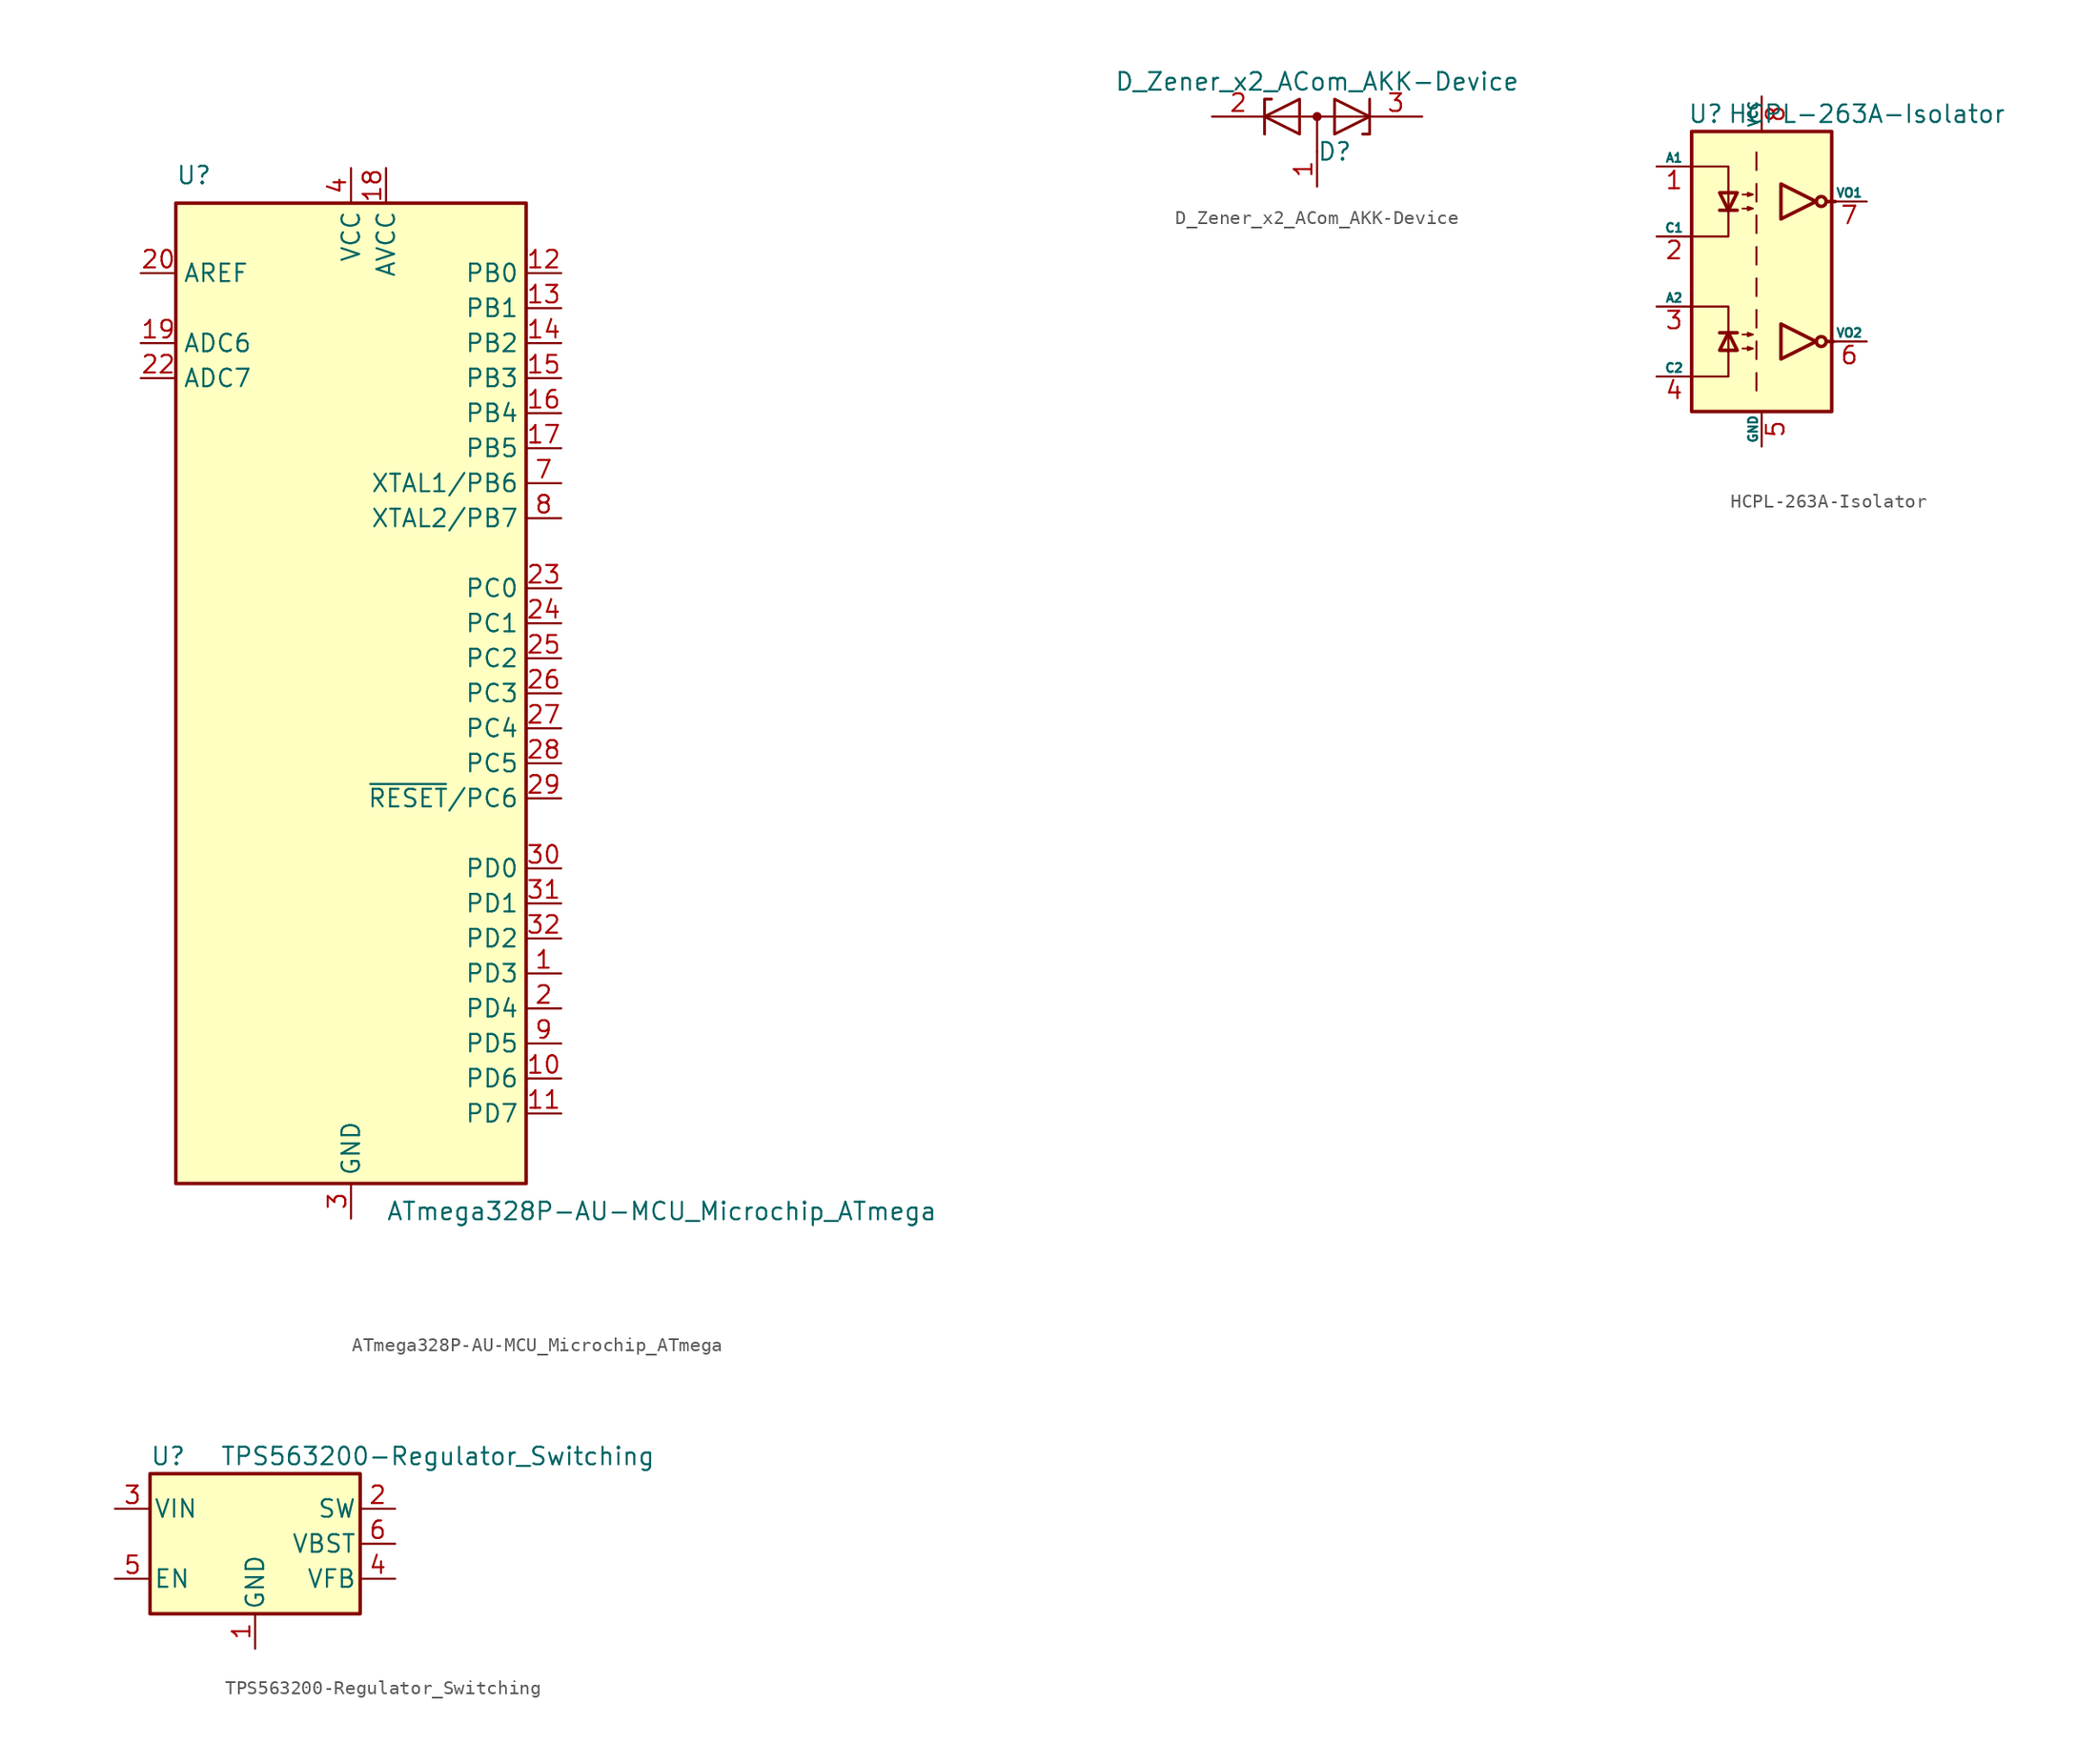
<source format=kicad_sym>
(kicad_symbol_lib
  (version 20211014)
  (generator kicad_symbol_editor)
  (symbol "ATmega328P-AU-MCU_Microchip_ATmega"
    (property "Reference" "U"
      (at -12.7 36.83 0)
      (effects (font (size 1.27 1.27)) (justify left bottom)))
    (property "Value" "ATmega328P-AU-MCU_Microchip_ATmega"
      (at 2.54 -36.83 0)
      (effects (font (size 1.27 1.27)) (justify left top)))
    (symbol "ATmega328P-AU-MCU_Microchip_ATmega_0_1"
      (rectangle (start -12.7 -35.56) (end 12.7 35.56) (stroke (width 0.254) (type default) (color 0 0 0 0)) (fill (type background))))
    (symbol "ATmega328P-AU-MCU_Microchip_ATmega_1_1"
      (pin tri_state line (at 15.24 -20.32 180) (length 2.54) (name "PD3" (effects (font (size 1.27 1.27)))) (number "1" (effects (font (size 1.27 1.27)))))
      (pin tri_state line (at 15.24 -27.94 180) (length 2.54) (name "PD6" (effects (font (size 1.27 1.27)))) (number "10" (effects (font (size 1.27 1.27)))))
      (pin tri_state line (at 15.24 -30.48 180) (length 2.54) (name "PD7" (effects (font (size 1.27 1.27)))) (number "11" (effects (font (size 1.27 1.27)))))
      (pin tri_state line (at 15.24 30.48 180) (length 2.54) (name "PB0" (effects (font (size 1.27 1.27)))) (number "12" (effects (font (size 1.27 1.27)))))
      (pin tri_state line (at 15.24 27.94 180) (length 2.54) (name "PB1" (effects (font (size 1.27 1.27)))) (number "13" (effects (font (size 1.27 1.27)))))
      (pin tri_state line (at 15.24 25.4 180) (length 2.54) (name "PB2" (effects (font (size 1.27 1.27)))) (number "14" (effects (font (size 1.27 1.27)))))
      (pin tri_state line (at 15.24 22.86 180) (length 2.54) (name "PB3" (effects (font (size 1.27 1.27)))) (number "15" (effects (font (size 1.27 1.27)))))
      (pin tri_state line (at 15.24 20.32 180) (length 2.54) (name "PB4" (effects (font (size 1.27 1.27)))) (number "16" (effects (font (size 1.27 1.27)))))
      (pin tri_state line (at 15.24 17.78 180) (length 2.54) (name "PB5" (effects (font (size 1.27 1.27)))) (number "17" (effects (font (size 1.27 1.27)))))
      (pin power_in line (at 2.54 38.1 270) (length 2.54) (name "AVCC" (effects (font (size 1.27 1.27)))) (number "18" (effects (font (size 1.27 1.27)))))
      (pin input line (at -15.24 25.4 0) (length 2.54) (name "ADC6" (effects (font (size 1.27 1.27)))) (number "19" (effects (font (size 1.27 1.27)))))
      (pin tri_state line (at 15.24 -22.86 180) (length 2.54) (name "PD4" (effects (font (size 1.27 1.27)))) (number "2" (effects (font (size 1.27 1.27)))))
      (pin passive line (at -15.24 30.48 0) (length 2.54) (name "AREF" (effects (font (size 1.27 1.27)))) (number "20" (effects (font (size 1.27 1.27)))))
      (pin passive line (at 0 -38.1 90) (length 2.54) hide (name "GND" (effects (font (size 1.27 1.27)))) (number "21" (effects (font (size 1.27 1.27)))))
      (pin input line (at -15.24 22.86 0) (length 2.54) (name "ADC7" (effects (font (size 1.27 1.27)))) (number "22" (effects (font (size 1.27 1.27)))))
      (pin tri_state line (at 15.24 7.62 180) (length 2.54) (name "PC0" (effects (font (size 1.27 1.27)))) (number "23" (effects (font (size 1.27 1.27)))))
      (pin tri_state line (at 15.24 5.08 180) (length 2.54) (name "PC1" (effects (font (size 1.27 1.27)))) (number "24" (effects (font (size 1.27 1.27)))))
      (pin tri_state line (at 15.24 2.54 180) (length 2.54) (name "PC2" (effects (font (size 1.27 1.27)))) (number "25" (effects (font (size 1.27 1.27)))))
      (pin tri_state line (at 15.24 0 180) (length 2.54) (name "PC3" (effects (font (size 1.27 1.27)))) (number "26" (effects (font (size 1.27 1.27)))))
      (pin tri_state line (at 15.24 -2.54 180) (length 2.54) (name "PC4" (effects (font (size 1.27 1.27)))) (number "27" (effects (font (size 1.27 1.27)))))
      (pin tri_state line (at 15.24 -5.08 180) (length 2.54) (name "PC5" (effects (font (size 1.27 1.27)))) (number "28" (effects (font (size 1.27 1.27)))))
      (pin tri_state line (at 15.24 -7.62 180) (length 2.54) (name "~{RESET}/PC6" (effects (font (size 1.27 1.27)))) (number "29" (effects (font (size 1.27 1.27)))))
      (pin power_in line (at 0 -38.1 90) (length 2.54) (name "GND" (effects (font (size 1.27 1.27)))) (number "3" (effects (font (size 1.27 1.27)))))
      (pin tri_state line (at 15.24 -12.7 180) (length 2.54) (name "PD0" (effects (font (size 1.27 1.27)))) (number "30" (effects (font (size 1.27 1.27)))))
      (pin tri_state line (at 15.24 -15.24 180) (length 2.54) (name "PD1" (effects (font (size 1.27 1.27)))) (number "31" (effects (font (size 1.27 1.27)))))
      (pin tri_state line (at 15.24 -17.78 180) (length 2.54) (name "PD2" (effects (font (size 1.27 1.27)))) (number "32" (effects (font (size 1.27 1.27)))))
      (pin power_in line (at 0 38.1 270) (length 2.54) (name "VCC" (effects (font (size 1.27 1.27)))) (number "4" (effects (font (size 1.27 1.27)))))
      (pin passive line (at 0 -38.1 90) (length 2.54) hide (name "GND" (effects (font (size 1.27 1.27)))) (number "5" (effects (font (size 1.27 1.27)))))
      (pin passive line (at 0 38.1 270) (length 2.54) hide (name "VCC" (effects (font (size 1.27 1.27)))) (number "6" (effects (font (size 1.27 1.27)))))
      (pin tri_state line (at 15.24 15.24 180) (length 2.54) (name "XTAL1/PB6" (effects (font (size 1.27 1.27)))) (number "7" (effects (font (size 1.27 1.27)))))
      (pin tri_state line (at 15.24 12.7 180) (length 2.54) (name "XTAL2/PB7" (effects (font (size 1.27 1.27)))) (number "8" (effects (font (size 1.27 1.27)))))
      (pin tri_state line (at 15.24 -25.4 180) (length 2.54) (name "PD5" (effects (font (size 1.27 1.27)))) (number "9" (effects (font (size 1.27 1.27)))))))
  (symbol "D_Zener_x2_ACom_AKK-Device"
    (pin_names
      (offset 0.762) hide)
    (property "Reference" "D"
      (at 1.27 -2.54 0)
      (effects (font (size 1.27 1.27))))
    (property "Value" "D_Zener_x2_ACom_AKK-Device"
      (at 0 2.54 0)
      (effects (font (size 1.27 1.27))))
    (symbol "D_Zener_x2_ACom_AKK-Device_0_1"
      (polyline (pts (xy -3.556 0) (xy 3.81 0)) (stroke (width 0) (type default) (color 0 0 0 0)) (fill (type none)))
      (polyline (pts (xy 0 0) (xy 0 -2.54)) (stroke (width 0) (type default) (color 0 0 0 0)) (fill (type none)))
      (polyline (pts (xy -3.81 -1.27) (xy -3.81 1.27) (xy -3.302 1.27)) (stroke (width 0.203) (type default) (color 0 0 0 0)) (fill (type none)))
      (polyline (pts (xy 3.81 1.27) (xy 3.81 -1.27) (xy 3.302 -1.27)) (stroke (width 0.203) (type default) (color 0 0 0 0)) (fill (type none)))
      (polyline (pts (xy -1.27 -1.27) (xy -3.81 0) (xy -1.27 1.27) (xy -1.27 -1.27) (xy -1.27 -1.27) (xy -1.27 -1.27)) (stroke (width 0.203) (type default) (color 0 0 0 0)) (fill (type none)))
      (polyline (pts (xy 1.27 1.27) (xy 3.81 0) (xy 1.27 -1.27) (xy 1.27 1.27) (xy 1.27 1.27) (xy 1.27 1.27)) (stroke (width 0.203) (type default) (color 0 0 0 0)) (fill (type none)))
      (circle (center 0 0) (radius 0.254) (stroke (width 0) (type default) (color 0 0 0 0)) (fill (type outline)))
      (pin passive line (at 0 -5.08 90) (length 2.54) (name "A" (effects (font (size 1.27 1.27)))) (number "1" (effects (font (size 1.27 1.27)))))
      (pin passive line (at -7.62 0 0) (length 3.81) (name "K" (effects (font (size 1.27 1.27)))) (number "2" (effects (font (size 1.27 1.27)))))
      (pin passive line (at 7.62 0 180) (length 3.81) (name "K" (effects (font (size 1.27 1.27)))) (number "3" (effects (font (size 1.27 1.27)))))))
  (symbol "HCPL-263A-Isolator"
    (pin_names
      (offset 0))
    (property "Reference" "U"
      (at -4.064 11.43 0)
      (effects (font (size 1.27 1.27))))
    (property "Value" "HCPL-263A-Isolator"
      (at 7.62 11.43 0)
      (effects (font (size 1.27 1.27))))
    (symbol "HCPL-263A-Isolator_1_1"
      (rectangle (start -5.08 10.16) (end 5.08 -10.16) (stroke (width 0.254) (type default) (color 0 0 0 0)) (fill (type background)))
      (polyline (pts (xy -3.048 -4.445) (xy -1.778 -4.445)) (stroke (width 0.254) (type default) (color 0 0 0 0)) (fill (type none)))
      (polyline (pts (xy -3.048 4.445) (xy -1.778 4.445)) (stroke (width 0.254) (type default) (color 0 0 0 0)) (fill (type none)))
      (polyline (pts (xy -0.381 -7.366) (xy -0.381 -8.636)) (stroke (width 0) (type default) (color 0 0 0 0)) (fill (type none)))
      (polyline (pts (xy -0.381 -5.08) (xy -0.381 -6.35)) (stroke (width 0) (type default) (color 0 0 0 0)) (fill (type none)))
      (polyline (pts (xy -0.381 -2.794) (xy -0.381 -4.064)) (stroke (width 0) (type default) (color 0 0 0 0)) (fill (type none)))
      (polyline (pts (xy -0.381 -0.508) (xy -0.381 -1.778)) (stroke (width 0) (type default) (color 0 0 0 0)) (fill (type none)))
      (polyline (pts (xy -0.381 1.778) (xy -0.381 0.508)) (stroke (width 0) (type default) (color 0 0 0 0)) (fill (type none)))
      (polyline (pts (xy -0.381 4.064) (xy -0.381 2.794)) (stroke (width 0) (type default) (color 0 0 0 0)) (fill (type none)))
      (polyline (pts (xy -0.381 6.35) (xy -0.381 5.08)) (stroke (width 0) (type default) (color 0 0 0 0)) (fill (type none)))
      (polyline (pts (xy -0.381 8.636) (xy -0.381 7.366)) (stroke (width 0) (type default) (color 0 0 0 0)) (fill (type none)))
      (polyline (pts (xy 4.699 -5.08) (xy 5.207 -5.08)) (stroke (width 0.254) (type default) (color 0 0 0 0)) (fill (type none)))
      (polyline (pts (xy 4.699 5.08) (xy 5.334 5.08)) (stroke (width 0.254) (type default) (color 0 0 0 0)) (fill (type none)))
      (polyline (pts (xy -4.953 -7.62) (xy -2.413 -7.62) (xy -2.413 -5.715)) (stroke (width 0) (type default) (color 0 0 0 0)) (fill (type none)))
      (polyline (pts (xy -4.953 7.62) (xy -2.413 7.62) (xy -2.413 4.318)) (stroke (width 0) (type default) (color 0 0 0 0)) (fill (type none)))
      (polyline (pts (xy -2.413 -5.842) (xy -2.413 -2.54) (xy -4.953 -2.54)) (stroke (width 0) (type default) (color 0 0 0 0)) (fill (type none)))
      (polyline (pts (xy -2.413 4.445) (xy -2.413 2.54) (xy -4.953 2.54)) (stroke (width 0) (type default) (color 0 0 0 0)) (fill (type none)))
      (polyline (pts (xy -2.413 -4.445) (xy -3.048 -5.715) (xy -1.778 -5.715) (xy -2.413 -4.445)) (stroke (width 0.254) (type default) (color 0 0 0 0)) (fill (type none)))
      (polyline (pts (xy -2.413 4.445) (xy -3.048 5.715) (xy -1.778 5.715) (xy -2.413 4.445)) (stroke (width 0.254) (type default) (color 0 0 0 0)) (fill (type none)))
      (polyline (pts (xy 3.937 -5.08) (xy 1.397 -3.81) (xy 1.397 -6.35) (xy 3.937 -5.08)) (stroke (width 0.254) (type default) (color 0 0 0 0)) (fill (type none)))
      (polyline (pts (xy 3.937 5.08) (xy 1.397 6.35) (xy 1.397 3.81) (xy 3.937 5.08)) (stroke (width 0.254) (type default) (color 0 0 0 0)) (fill (type none)))
      (polyline (pts (xy -1.397 -5.588) (xy -0.635 -5.588) (xy -1.016 -5.715) (xy -1.016 -5.461) (xy -0.635 -5.588)) (stroke (width 0.127) (type default) (color 0 0 0 0)) (fill (type none)))
      (polyline (pts (xy -1.397 -4.572) (xy -0.635 -4.572) (xy -1.016 -4.699) (xy -1.016 -4.445) (xy -0.635 -4.572)) (stroke (width 0.127) (type default) (color 0 0 0 0)) (fill (type none)))
      (polyline (pts (xy -1.397 4.572) (xy -0.635 4.572) (xy -1.016 4.445) (xy -1.016 4.699) (xy -0.635 4.572)) (stroke (width 0.127) (type default) (color 0 0 0 0)) (fill (type none)))
      (polyline (pts (xy -1.397 5.588) (xy -0.635 5.588) (xy -1.016 5.461) (xy -1.016 5.715) (xy -0.635 5.588)) (stroke (width 0.127) (type default) (color 0 0 0 0)) (fill (type none)))
      (circle (center 4.318 -5.08) (radius 0.356) (stroke (width 0.254) (type default) (color 0 0 0 0)) (fill (type none)))
      (circle (center 4.318 5.08) (radius 0.356) (stroke (width 0.254) (type default) (color 0 0 0 0)) (fill (type none)))
      (pin passive line (at -7.62 7.62 0) (length 2.54) (name "A1" (effects (font (size 0.635 0.635)))) (number "1" (effects (font (size 1.27 1.27)))))
      (pin passive line (at -7.62 2.54 0) (length 2.54) (name "C1" (effects (font (size 0.635 0.635)))) (number "2" (effects (font (size 1.27 1.27)))))
      (pin passive line (at -7.62 -2.54 0) (length 2.54) (name "A2" (effects (font (size 0.635 0.635)))) (number "3" (effects (font (size 1.27 1.27)))))
      (pin passive line (at -7.62 -7.62 0) (length 2.54) (name "C2" (effects (font (size 0.635 0.635)))) (number "4" (effects (font (size 1.27 1.27)))))
      (pin power_in line (at 0 -12.7 90) (length 2.54) (name "GND" (effects (font (size 0.635 0.635)))) (number "5" (effects (font (size 1.27 1.27)))))
      (pin open_collector line (at 7.62 -5.08 180) (length 2.54) (name "VO2" (effects (font (size 0.635 0.635)))) (number "6" (effects (font (size 1.27 1.27)))))
      (pin open_collector line (at 7.62 5.08 180) (length 2.54) (name "VO1" (effects (font (size 0.635 0.635)))) (number "7" (effects (font (size 1.27 1.27)))))
      (pin power_in line (at 0 12.7 270) (length 2.54) (name "VCC" (effects (font (size 0.635 0.635)))) (number "8" (effects (font (size 1.27 1.27)))))))
  (symbol "TPS563200-Regulator_Switching"
    (pin_names
      (offset 0.254))
    (property "Reference" "U"
      (at -7.62 6.35 0)
      (effects (font (size 1.27 1.27)) (justify left)))
    (property "Value" "TPS563200-Regulator_Switching"
      (at -2.54 6.35 0)
      (effects (font (size 1.27 1.27)) (justify left)))
    (symbol "TPS563200-Regulator_Switching_0_1"
      (rectangle (start -7.62 5.08) (end 7.62 -5.08) (stroke (width 0.254) (type default) (color 0 0 0 0)) (fill (type background))))
    (symbol "TPS563200-Regulator_Switching_1_1"
      (pin power_in line (at 0 -7.62 90) (length 2.54) (name "GND" (effects (font (size 1.27 1.27)))) (number "1" (effects (font (size 1.27 1.27)))))
      (pin output line (at 10.16 2.54 180) (length 2.54) (name "SW" (effects (font (size 1.27 1.27)))) (number "2" (effects (font (size 1.27 1.27)))))
      (pin power_in line (at -10.16 2.54 0) (length 2.54) (name "VIN" (effects (font (size 1.27 1.27)))) (number "3" (effects (font (size 1.27 1.27)))))
      (pin input line (at 10.16 -2.54 180) (length 2.54) (name "VFB" (effects (font (size 1.27 1.27)))) (number "4" (effects (font (size 1.27 1.27)))))
      (pin input line (at -10.16 -2.54 0) (length 2.54) (name "EN" (effects (font (size 1.27 1.27)))) (number "5" (effects (font (size 1.27 1.27)))))
      (pin input line (at 10.16 0 180) (length 2.54) (name "VBST" (effects (font (size 1.27 1.27)))) (number "6" (effects (font (size 1.27 1.27))))))))
</source>
